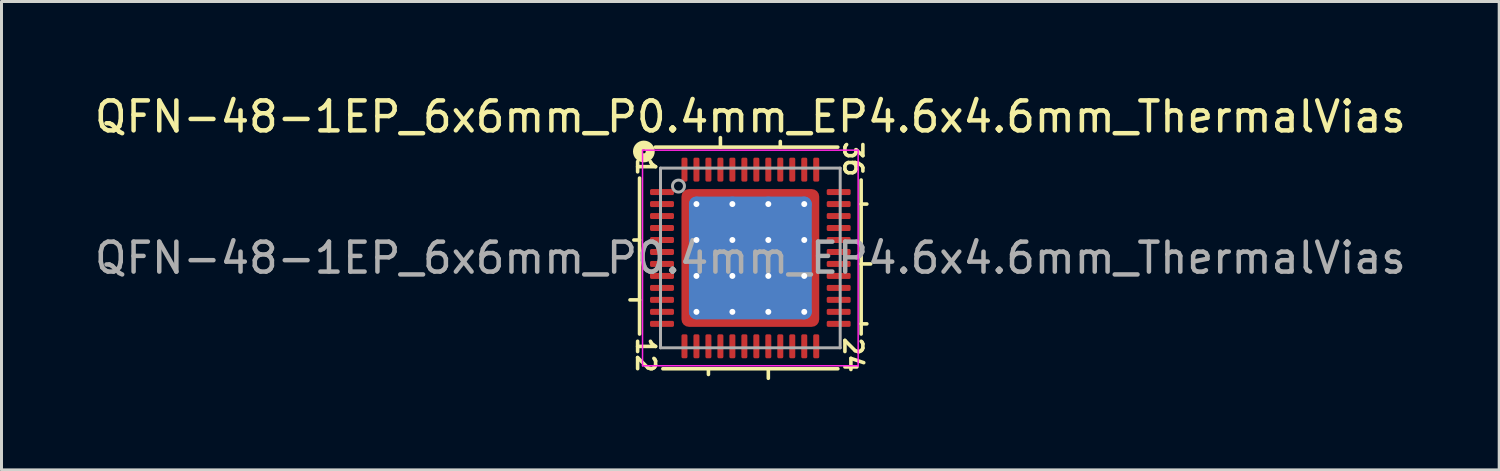
<source format=kicad_pcb>
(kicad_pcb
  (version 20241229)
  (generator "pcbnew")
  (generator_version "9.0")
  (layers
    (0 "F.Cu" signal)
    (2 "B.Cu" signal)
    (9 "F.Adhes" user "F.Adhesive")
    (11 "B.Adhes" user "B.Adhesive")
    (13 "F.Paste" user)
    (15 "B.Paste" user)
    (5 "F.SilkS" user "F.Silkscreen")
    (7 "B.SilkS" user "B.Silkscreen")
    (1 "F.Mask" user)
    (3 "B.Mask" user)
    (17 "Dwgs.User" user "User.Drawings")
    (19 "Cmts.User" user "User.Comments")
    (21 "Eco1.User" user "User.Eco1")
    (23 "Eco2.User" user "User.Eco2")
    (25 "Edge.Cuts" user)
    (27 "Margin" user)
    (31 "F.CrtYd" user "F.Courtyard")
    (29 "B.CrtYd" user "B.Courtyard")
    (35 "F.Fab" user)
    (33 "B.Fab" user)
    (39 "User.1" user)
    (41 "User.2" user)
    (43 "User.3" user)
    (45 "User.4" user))
  (footprint "QFN-48-1EP_6x6mm_P0.4mm_EP4.6x4.6mm_ThermalVias"
    (layer "F.Cu")
    (at 22.006 5.564)
    (property "Reference" "QFN-48-1EP_6x6mm_P0.4mm_EP4.6x4.6mm_ThermalVias" (at 0 -4.716 0) (layer "F.SilkS") (effects (font (size 1 1) (thickness 0.15))))
    (attr smd)
    (fp_line (start -3.7 -2.667) (end -3.7 2.54) (stroke (width 0.12) (type solid)) (layer "F.SilkS"))
    (fp_line (start -3.7 -0.6) (end -3.89 -0.6) (stroke (width 0.12) (type solid)) (layer "F.SilkS"))
    (fp_line (start -3.7 1.4) (end -4.018 1.4) (stroke (width 0.12) (type solid)) (layer "F.SilkS"))
    (fp_line (start -2.921 3.7) (end 2.921 3.7) (stroke (width 0.12) (type solid)) (layer "F.SilkS"))
    (fp_line (start -1.4 3.89) (end -1.4 3.7) (stroke (width 0.12) (type solid)) (layer "F.SilkS"))
    (fp_line (start -1 -3.7) (end -1 -4.018) (stroke (width 0.12) (type solid)) (layer "F.SilkS"))
    (fp_line (start 0.6 3.7) (end 0.6 4.018) (stroke (width 0.12) (type solid)) (layer "F.SilkS"))
    (fp_line (start 1 -3.7) (end 1 -3.89) (stroke (width 0.12) (type solid)) (layer "F.SilkS"))
    (fp_line (start 2.921 -3.7) (end -3.175 -3.7) (stroke (width 0.12) (type solid)) (layer "F.SilkS"))
    (fp_line (start 3.7 -1.8) (end 3.89 -1.8) (stroke (width 0.12) (type solid)) (layer "F.SilkS"))
    (fp_line (start 3.7 0.2) (end 4.018 0.2) (stroke (width 0.12) (type solid)) (layer "F.SilkS"))
    (fp_line (start 3.7 2.2) (end 3.89 2.2) (stroke (width 0.12) (type solid)) (layer "F.SilkS"))
    (fp_line (start 3.7 2.54) (end 3.7 -2.603) (stroke (width 0.12) (type solid)) (layer "F.SilkS"))
    (fp_circle (center -3.556 -3.556) (end -3.493 -3.556) (stroke (width 0.3) (type solid)) (fill no) (layer "F.SilkS"))
    (fp_line (start -3.6 -3.6) (end -3.6 3.6) (stroke (width 0.05) (type solid)) (layer "F.CrtYd"))
    (fp_line (start -3.6 3.6) (end 3.6 3.6) (stroke (width 0.05) (type solid)) (layer "F.CrtYd"))
    (fp_line (start 3.6 -3.6) (end -3.6 -3.6) (stroke (width 0.05) (type solid)) (layer "F.CrtYd"))
    (fp_line (start 3.6 3.6) (end 3.6 -3.6) (stroke (width 0.05) (type solid)) (layer "F.CrtYd"))
    (fp_line (start -3 -3) (end 3 -3) (stroke (width 0.1) (type solid)) (layer "F.Fab"))
    (fp_line (start -3 3) (end -3 -3) (stroke (width 0.1) (type solid)) (layer "F.Fab"))
    (fp_line (start 3 -3) (end 3 3) (stroke (width 0.1) (type solid)) (layer "F.Fab"))
    (fp_line (start 3 3) (end -3 3) (stroke (width 0.1) (type solid)) (layer "F.Fab"))
    (fp_circle (center -2.4 -2.4) (end -2.2 -2.4) (stroke (width 0.1) (type solid)) (fill no) (layer "F.Fab"))
    (fp_text user "1" (at -3.493 -3.048 270) (unlocked yes) (layer "F.SilkS") (effects (font (size 0.6 0.6) (thickness 0.12))))
    (fp_text user "12" (at -3.493 3.239 270) (unlocked yes) (layer "F.SilkS") (effects (font (size 0.6 0.6) (thickness 0.12))))
    (fp_text user "36" (at 3.429 -3.302 270) (unlocked yes) (layer "F.SilkS") (effects (font (size 0.6 0.6) (thickness 0.12))))
    (fp_text user "24" (at 3.429 3.239 270) (unlocked yes) (layer "F.SilkS") (effects (font (size 0.6 0.6) (thickness 0.12))))
    (fp_text user "${REFERENCE}" (at 0 0 0) (layer "F.Fab") (effects (font (size 1 1) (thickness 0.15))))
    (pad "" smd custom (at -2.05 -2.05) (size 0.272 0.272) (layers "F.Paste") (options (anchor circle)) (primitives (gr_poly (pts (xy 0.101 -0.026) (xy -0.026 0.101) (xy -0.101 0.101) (xy -0.101 -0.101) (xy 0.101 -0.101)) (width 0.202) (fill yes))))
    (pad "" smd custom (at -2.05 -1.2) (size 0.32 0.32) (layers "F.Paste") (options (anchor circle)) (primitives (gr_poly (pts (xy 0.118 -0.331) (xy 0.118 0.331) (xy 0.049 0.4) (xy -0.118 0.4) (xy -0.118 -0.4) (xy 0.049 -0.4)) (width 0.167) (fill yes))))
    (pad "" smd custom (at -2.05 0) (size 0.32 0.32) (layers "F.Paste") (options (anchor circle)) (primitives (gr_poly (pts (xy 0.118 -0.331) (xy 0.118 0.331) (xy 0.049 0.4) (xy -0.118 0.4) (xy -0.118 -0.4) (xy 0.049 -0.4)) (width 0.167) (fill yes))))
    (pad "" smd custom (at -2.05 1.2) (size 0.32 0.32) (layers "F.Paste") (options (anchor circle)) (primitives (gr_poly (pts (xy 0.118 -0.331) (xy 0.118 0.331) (xy 0.049 0.4) (xy -0.118 0.4) (xy -0.118 -0.4) (xy 0.049 -0.4)) (width 0.167) (fill yes))))
    (pad "" smd custom (at -2.05 2.05) (size 0.272 0.272) (layers "F.Paste") (options (anchor circle)) (primitives (gr_poly (pts (xy 0.101 0.026) (xy 0.101 0.101) (xy -0.101 0.101) (xy -0.101 -0.101) (xy -0.026 -0.101)) (width 0.202) (fill yes))))
    (pad "" smd custom (at -1.2 -2.05) (size 0.32 0.32) (layers "F.Paste") (options (anchor circle)) (primitives (gr_poly (pts (xy 0.4 0.049) (xy 0.331 0.118) (xy -0.331 0.118) (xy -0.4 0.049) (xy -0.4 -0.118) (xy 0.4 -0.118)) (width 0.167) (fill yes))))
    (pad "" smd roundrect (at -1.2 -1.2) (size 0.967 0.967) (layers "F.Paste") (roundrect_rratio 0.25))
    (pad "" smd roundrect (at -1.2 0) (size 0.967 0.967) (layers "F.Paste") (roundrect_rratio 0.25))
    (pad "" smd roundrect (at -1.2 1.2) (size 0.967 0.967) (layers "F.Paste") (roundrect_rratio 0.25))
    (pad "" smd custom (at -1.2 2.05) (size 0.32 0.32) (layers "F.Paste") (options (anchor circle)) (primitives (gr_poly (pts (xy 0.4 -0.049) (xy 0.4 0.118) (xy -0.4 0.118) (xy -0.4 -0.049) (xy -0.331 -0.118) (xy 0.331 -0.118)) (width 0.167) (fill yes))))
    (pad "" smd custom (at 0 -2.05) (size 0.32 0.32) (layers "F.Paste") (options (anchor circle)) (primitives (gr_poly (pts (xy 0.4 0.049) (xy 0.331 0.118) (xy -0.331 0.118) (xy -0.4 0.049) (xy -0.4 -0.118) (xy 0.4 -0.118)) (width 0.167) (fill yes))))
    (pad "" smd roundrect (at 0 -1.2) (size 0.967 0.967) (layers "F.Paste") (roundrect_rratio 0.25))
    (pad "" smd roundrect (at 0 0) (size 0.967 0.967) (layers "F.Paste") (roundrect_rratio 0.25))
    (pad "" smd roundrect (at 0 1.2) (size 0.967 0.967) (layers "F.Paste") (roundrect_rratio 0.25))
    (pad "" smd custom (at 0 2.05) (size 0.32 0.32) (layers "F.Paste") (options (anchor circle)) (primitives (gr_poly (pts (xy 0.4 -0.049) (xy 0.4 0.118) (xy -0.4 0.118) (xy -0.4 -0.049) (xy -0.331 -0.118) (xy 0.331 -0.118)) (width 0.167) (fill yes))))
    (pad "" smd custom (at 1.2 -2.05) (size 0.32 0.32) (layers "F.Paste") (options (anchor circle)) (primitives (gr_poly (pts (xy 0.4 0.049) (xy 0.331 0.118) (xy -0.331 0.118) (xy -0.4 0.049) (xy -0.4 -0.118) (xy 0.4 -0.118)) (width 0.167) (fill yes))))
    (pad "" smd roundrect (at 1.2 -1.2) (size 0.967 0.967) (layers "F.Paste") (roundrect_rratio 0.25))
    (pad "" smd roundrect (at 1.2 0) (size 0.967 0.967) (layers "F.Paste") (roundrect_rratio 0.25))
    (pad "" smd roundrect (at 1.2 1.2) (size 0.967 0.967) (layers "F.Paste") (roundrect_rratio 0.25))
    (pad "" smd custom (at 1.2 2.05) (size 0.32 0.32) (layers "F.Paste") (options (anchor circle)) (primitives (gr_poly (pts (xy 0.4 -0.049) (xy 0.4 0.118) (xy -0.4 0.118) (xy -0.4 -0.049) (xy -0.331 -0.118) (xy 0.331 -0.118)) (width 0.167) (fill yes))))
    (pad "" smd custom (at 2.05 -2.05) (size 0.272 0.272) (layers "F.Paste") (options (anchor circle)) (primitives (gr_poly (pts (xy 0.101 0.101) (xy 0.026 0.101) (xy -0.101 -0.026) (xy -0.101 -0.101) (xy 0.101 -0.101)) (width 0.202) (fill yes))))
    (pad "" smd custom (at 2.05 -1.2) (size 0.32 0.32) (layers "F.Paste") (options (anchor circle)) (primitives (gr_poly (pts (xy 0.118 0.4) (xy -0.049 0.4) (xy -0.118 0.331) (xy -0.118 -0.331) (xy -0.049 -0.4) (xy 0.118 -0.4)) (width 0.167) (fill yes))))
    (pad "" smd custom (at 2.05 0) (size 0.32 0.32) (layers "F.Paste") (options (anchor circle)) (primitives (gr_poly (pts (xy 0.118 0.4) (xy -0.049 0.4) (xy -0.118 0.331) (xy -0.118 -0.331) (xy -0.049 -0.4) (xy 0.118 -0.4)) (width 0.167) (fill yes))))
    (pad "" smd custom (at 2.05 1.2) (size 0.32 0.32) (layers "F.Paste") (options (anchor circle)) (primitives (gr_poly (pts (xy 0.118 0.4) (xy -0.049 0.4) (xy -0.118 0.331) (xy -0.118 -0.331) (xy -0.049 -0.4) (xy 0.118 -0.4)) (width 0.167) (fill yes))))
    (pad "" smd custom (at 2.05 2.05) (size 0.272 0.272) (layers "F.Paste") (options (anchor circle)) (primitives (gr_poly (pts (xy 0.101 0.101) (xy -0.101 0.101) (xy -0.101 0.026) (xy 0.026 -0.101) (xy 0.101 -0.101)) (width 0.202) (fill yes))))
    (pad "1" smd roundrect (at -2.95 -2.2) (size 0.8 0.2) (layers "F.Cu" "F.Mask" "F.Paste") (roundrect_rratio 0.25))
    (pad "2" smd roundrect (at -2.95 -1.8) (size 0.8 0.2) (layers "F.Cu" "F.Mask" "F.Paste") (roundrect_rratio 0.25))
    (pad "3" smd roundrect (at -2.95 -1.4) (size 0.8 0.2) (layers "F.Cu" "F.Mask" "F.Paste") (roundrect_rratio 0.25))
    (pad "4" smd roundrect (at -2.95 -1) (size 0.8 0.2) (layers "F.Cu" "F.Mask" "F.Paste") (roundrect_rratio 0.25))
    (pad "5" smd roundrect (at -2.95 -0.6) (size 0.8 0.2) (layers "F.Cu" "F.Mask" "F.Paste") (roundrect_rratio 0.25))
    (pad "6" smd roundrect (at -2.95 -0.2) (size 0.8 0.2) (layers "F.Cu" "F.Mask" "F.Paste") (roundrect_rratio 0.25))
    (pad "7" smd roundrect (at -2.95 0.2) (size 0.8 0.2) (layers "F.Cu" "F.Mask" "F.Paste") (roundrect_rratio 0.25))
    (pad "8" smd roundrect (at -2.95 0.6) (size 0.8 0.2) (layers "F.Cu" "F.Mask" "F.Paste") (roundrect_rratio 0.25))
    (pad "9" smd roundrect (at -2.95 1) (size 0.8 0.2) (layers "F.Cu" "F.Mask" "F.Paste") (roundrect_rratio 0.25))
    (pad "10" smd roundrect (at -2.95 1.4) (size 0.8 0.2) (layers "F.Cu" "F.Mask" "F.Paste") (roundrect_rratio 0.25))
    (pad "11" smd roundrect (at -2.95 1.8) (size 0.8 0.2) (layers "F.Cu" "F.Mask" "F.Paste") (roundrect_rratio 0.25))
    (pad "12" smd roundrect (at -2.95 2.2) (size 0.8 0.2) (layers "F.Cu" "F.Mask" "F.Paste") (roundrect_rratio 0.25))
    (pad "13" smd roundrect (at -2.2 2.95) (size 0.2 0.8) (layers "F.Cu" "F.Mask" "F.Paste") (roundrect_rratio 0.25))
    (pad "14" smd roundrect (at -1.8 2.95) (size 0.2 0.8) (layers "F.Cu" "F.Mask" "F.Paste") (roundrect_rratio 0.25))
    (pad "15" smd roundrect (at -1.4 2.95) (size 0.2 0.8) (layers "F.Cu" "F.Mask" "F.Paste") (roundrect_rratio 0.25))
    (pad "16" smd roundrect (at -1 2.95) (size 0.2 0.8) (layers "F.Cu" "F.Mask" "F.Paste") (roundrect_rratio 0.25))
    (pad "17" smd roundrect (at -0.6 2.95) (size 0.2 0.8) (layers "F.Cu" "F.Mask" "F.Paste") (roundrect_rratio 0.25))
    (pad "18" smd roundrect (at -0.2 2.95) (size 0.2 0.8) (layers "F.Cu" "F.Mask" "F.Paste") (roundrect_rratio 0.25))
    (pad "19" smd roundrect (at 0.2 2.95) (size 0.2 0.8) (layers "F.Cu" "F.Mask" "F.Paste") (roundrect_rratio 0.25))
    (pad "20" smd roundrect (at 0.6 2.95) (size 0.2 0.8) (layers "F.Cu" "F.Mask" "F.Paste") (roundrect_rratio 0.25))
    (pad "21" smd roundrect (at 1 2.95) (size 0.2 0.8) (layers "F.Cu" "F.Mask" "F.Paste") (roundrect_rratio 0.25))
    (pad "22" smd roundrect (at 1.4 2.95) (size 0.2 0.8) (layers "F.Cu" "F.Mask" "F.Paste") (roundrect_rratio 0.25))
    (pad "23" smd roundrect (at 1.8 2.95) (size 0.2 0.8) (layers "F.Cu" "F.Mask" "F.Paste") (roundrect_rratio 0.25))
    (pad "24" smd roundrect (at 2.2 2.95) (size 0.2 0.8) (layers "F.Cu" "F.Mask" "F.Paste") (roundrect_rratio 0.25))
    (pad "25" smd roundrect (at 2.95 2.2) (size 0.8 0.2) (layers "F.Cu" "F.Mask" "F.Paste") (roundrect_rratio 0.25))
    (pad "26" smd roundrect (at 2.95 1.8) (size 0.8 0.2) (layers "F.Cu" "F.Mask" "F.Paste") (roundrect_rratio 0.25))
    (pad "27" smd roundrect (at 2.95 1.4) (size 0.8 0.2) (layers "F.Cu" "F.Mask" "F.Paste") (roundrect_rratio 0.25))
    (pad "28" smd roundrect (at 2.95 1) (size 0.8 0.2) (layers "F.Cu" "F.Mask" "F.Paste") (roundrect_rratio 0.25))
    (pad "29" smd roundrect (at 2.95 0.6) (size 0.8 0.2) (layers "F.Cu" "F.Mask" "F.Paste") (roundrect_rratio 0.25))
    (pad "30" smd roundrect (at 2.95 0.2) (size 0.8 0.2) (layers "F.Cu" "F.Mask" "F.Paste") (roundrect_rratio 0.25))
    (pad "31" smd roundrect (at 2.95 -0.2) (size 0.8 0.2) (layers "F.Cu" "F.Mask" "F.Paste") (roundrect_rratio 0.25))
    (pad "32" smd roundrect (at 2.95 -0.6) (size 0.8 0.2) (layers "F.Cu" "F.Mask" "F.Paste") (roundrect_rratio 0.25))
    (pad "33" smd roundrect (at 2.95 -1) (size 0.8 0.2) (layers "F.Cu" "F.Mask" "F.Paste") (roundrect_rratio 0.25))
    (pad "34" smd roundrect (at 2.95 -1.4) (size 0.8 0.2) (layers "F.Cu" "F.Mask" "F.Paste") (roundrect_rratio 0.25))
    (pad "35" smd roundrect (at 2.95 -1.8) (size 0.8 0.2) (layers "F.Cu" "F.Mask" "F.Paste") (roundrect_rratio 0.25))
    (pad "36" smd roundrect (at 2.95 -2.2) (size 0.8 0.2) (layers "F.Cu" "F.Mask" "F.Paste") (roundrect_rratio 0.25))
    (pad "37" smd roundrect (at 2.2 -2.95) (size 0.2 0.8) (layers "F.Cu" "F.Mask" "F.Paste") (roundrect_rratio 0.25))
    (pad "38" smd roundrect (at 1.8 -2.95) (size 0.2 0.8) (layers "F.Cu" "F.Mask" "F.Paste") (roundrect_rratio 0.25))
    (pad "39" smd roundrect (at 1.4 -2.95) (size 0.2 0.8) (layers "F.Cu" "F.Mask" "F.Paste") (roundrect_rratio 0.25))
    (pad "40" smd roundrect (at 1 -2.95) (size 0.2 0.8) (layers "F.Cu" "F.Mask" "F.Paste") (roundrect_rratio 0.25))
    (pad "41" smd roundrect (at 0.6 -2.95) (size 0.2 0.8) (layers "F.Cu" "F.Mask" "F.Paste") (roundrect_rratio 0.25))
    (pad "42" smd roundrect (at 0.2 -2.95) (size 0.2 0.8) (layers "F.Cu" "F.Mask" "F.Paste") (roundrect_rratio 0.25))
    (pad "43" smd roundrect (at -0.2 -2.95) (size 0.2 0.8) (layers "F.Cu" "F.Mask" "F.Paste") (roundrect_rratio 0.25))
    (pad "44" smd roundrect (at -0.6 -2.95) (size 0.2 0.8) (layers "F.Cu" "F.Mask" "F.Paste") (roundrect_rratio 0.25))
    (pad "45" smd roundrect (at -1 -2.95) (size 0.2 0.8) (layers "F.Cu" "F.Mask" "F.Paste") (roundrect_rratio 0.25))
    (pad "46" smd roundrect (at -1.4 -2.95) (size 0.2 0.8) (layers "F.Cu" "F.Mask" "F.Paste") (roundrect_rratio 0.25))
    (pad "47" smd roundrect (at -1.8 -2.95) (size 0.2 0.8) (layers "F.Cu" "F.Mask" "F.Paste") (roundrect_rratio 0.25))
    (pad "48" smd roundrect (at -2.2 -2.95) (size 0.2 0.8) (layers "F.Cu" "F.Mask" "F.Paste") (roundrect_rratio 0.25))
    (pad "49" thru_hole circle (at -1.8 -1.8) (size 0.5 0.5) (drill 0.2) (property pad_prop_heatsink) (layers "*.Cu"))
    (pad "49" thru_hole circle (at -1.8 -0.6) (size 0.5 0.5) (drill 0.2) (property pad_prop_heatsink) (layers "*.Cu"))
    (pad "49" thru_hole circle (at -1.8 0.6) (size 0.5 0.5) (drill 0.2) (property pad_prop_heatsink) (layers "*.Cu"))
    (pad "49" thru_hole circle (at -1.8 1.8) (size 0.5 0.5) (drill 0.2) (property pad_prop_heatsink) (layers "*.Cu"))
    (pad "49" thru_hole circle (at -0.6 -1.8) (size 0.5 0.5) (drill 0.2) (property pad_prop_heatsink) (layers "*.Cu"))
    (pad "49" thru_hole circle (at -0.6 -0.6) (size 0.5 0.5) (drill 0.2) (property pad_prop_heatsink) (layers "*.Cu"))
    (pad "49" thru_hole circle (at -0.6 0.6) (size 0.5 0.5) (drill 0.2) (property pad_prop_heatsink) (layers "*.Cu"))
    (pad "49" thru_hole circle (at -0.6 1.8) (size 0.5 0.5) (drill 0.2) (property pad_prop_heatsink) (layers "*.Cu"))
    (pad "49" smd roundrect (at 0 0) (size 4.1 4.1) (layers "B.Cu" "B.Mask") (roundrect_rratio 0.061))
    (pad "49" smd roundrect (at 0 0) (size 4.6 4.6) (layers "F.Cu" "F.Mask") (roundrect_rratio 0.054))
    (pad "49" thru_hole circle (at 0.6 -1.8) (size 0.5 0.5) (drill 0.2) (property pad_prop_heatsink) (layers "*.Cu"))
    (pad "49" thru_hole circle (at 0.6 -0.6) (size 0.5 0.5) (drill 0.2) (property pad_prop_heatsink) (layers "*.Cu"))
    (pad "49" thru_hole circle (at 0.6 0.6) (size 0.5 0.5) (drill 0.2) (property pad_prop_heatsink) (layers "*.Cu"))
    (pad "49" thru_hole circle (at 0.6 1.8) (size 0.5 0.5) (drill 0.2) (property pad_prop_heatsink) (layers "*.Cu"))
    (pad "49" thru_hole circle (at 1.8 -1.8) (size 0.5 0.5) (drill 0.2) (property pad_prop_heatsink) (layers "*.Cu"))
    (pad "49" thru_hole circle (at 1.8 -0.6) (size 0.5 0.5) (drill 0.2) (property pad_prop_heatsink) (layers "*.Cu"))
    (pad "49" thru_hole circle (at 1.8 0.6) (size 0.5 0.5) (drill 0.2) (property pad_prop_heatsink) (layers "*.Cu"))
    (pad "49" thru_hole circle (at 1.8 1.8) (size 0.5 0.5) (drill 0.2) (property pad_prop_heatsink) (layers "*.Cu")))
  (gr_rect
    (start -3 -3)
    (end 47.012 12.642)
    (stroke (width 0.1) (type default))
    (fill no)
    (layer "Edge.Cuts")))
</source>
